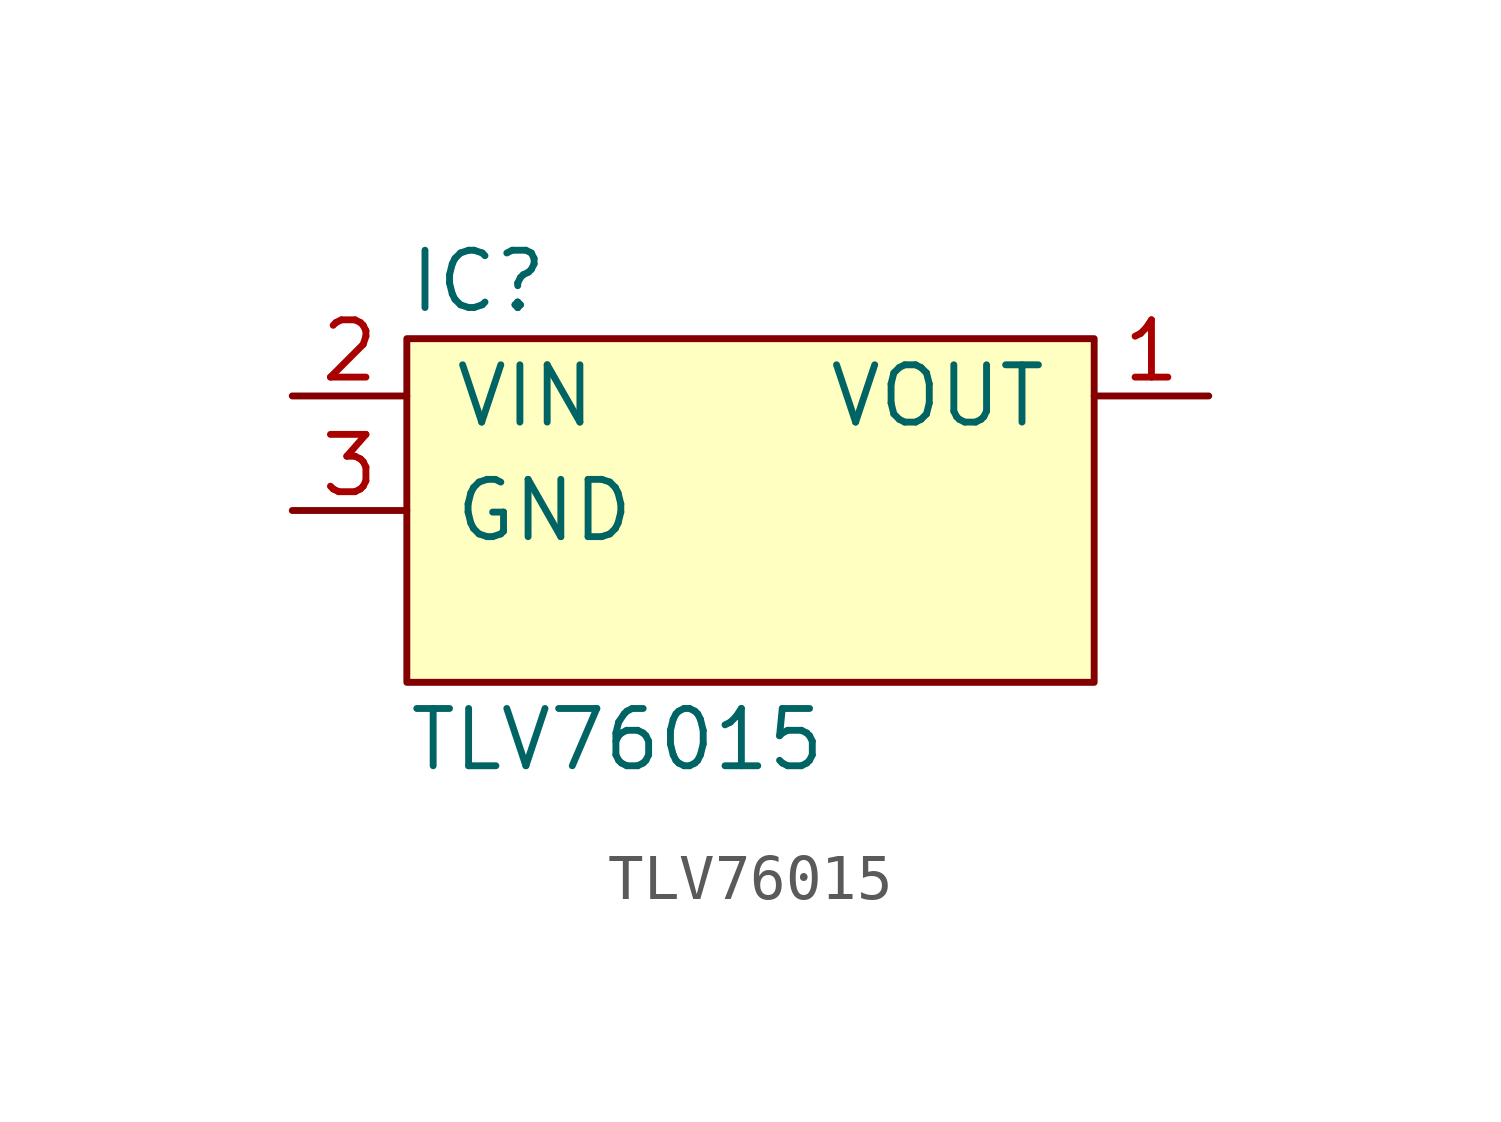
<source format=kicad_sym>
(kicad_symbol_lib
  (version 20211014)
  (generator agg_kicad.build_lib_ic)
  (symbol "TLV76015"
    (pin_names
      (offset 1.016))
    (property Reference IC
      (at -7.62 5.08 0)
      (effects (font (size 1.27 1.27)) (justify left)))
    (property Value "TLV76015"
      (at -7.62 -5.08 0)
      (effects (font (size 1.27 1.27)) (justify left)))
    (symbol "TLV76015_0_0"
      (rectangle (start -7.62 3.81) (end 7.62 -3.81) (stroke (width 0) (type default) (color 0 0 0 0)) (fill (type background)))
      (pin power_in line (at -10.16 2.54 0) (length 2.54) (name VIN (effects (font (size 1.27 1.27)))) (number "2" (effects (font (size 1.27 1.27)))))
      (pin power_in line (at -10.16 0 0) (length 2.54) (name GND (effects (font (size 1.27 1.27)))) (number "3" (effects (font (size 1.27 1.27)))))
      (pin power_out line (at 10.16 2.54 180) (length 2.54) (name VOUT (effects (font (size 1.27 1.27)))) (number "1" (effects (font (size 1.27 1.27))))))))
</source>
